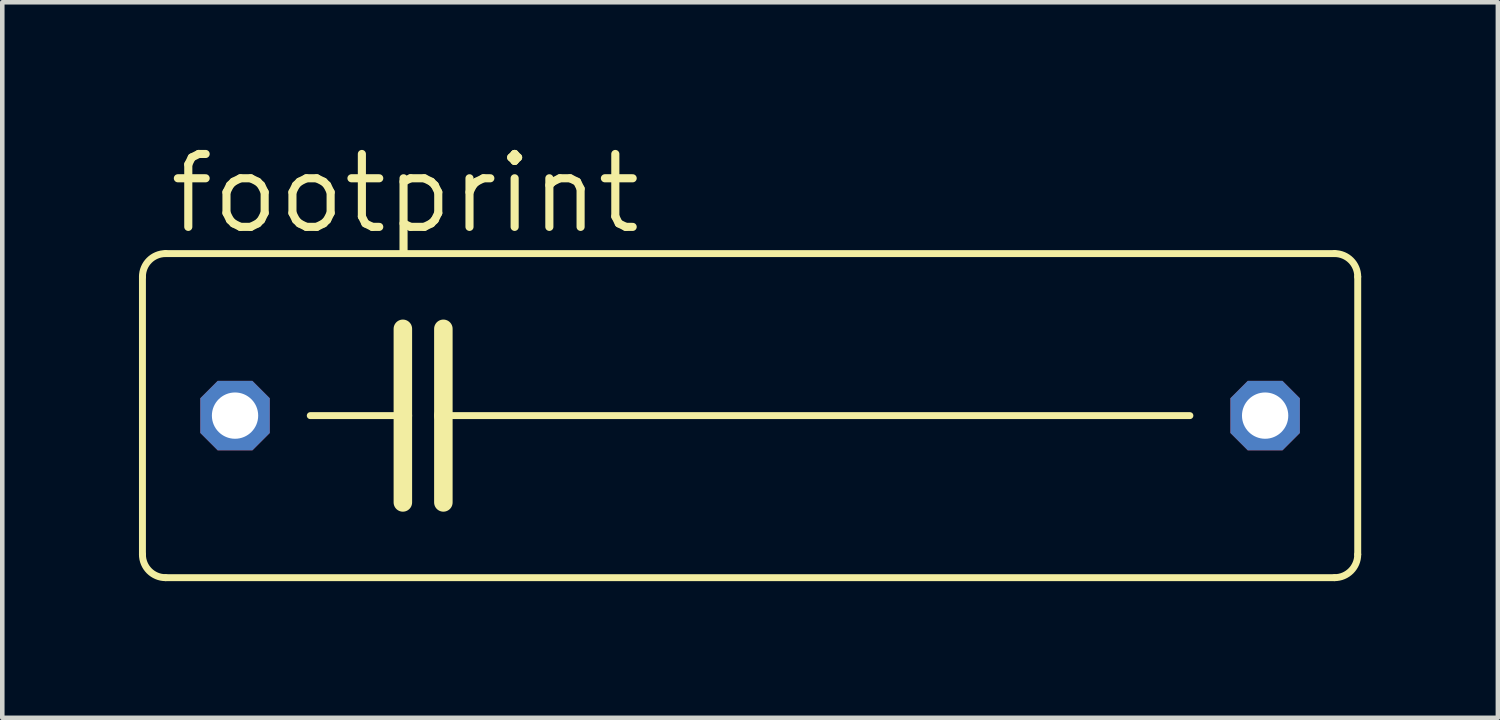
<source format=kicad_pcb>
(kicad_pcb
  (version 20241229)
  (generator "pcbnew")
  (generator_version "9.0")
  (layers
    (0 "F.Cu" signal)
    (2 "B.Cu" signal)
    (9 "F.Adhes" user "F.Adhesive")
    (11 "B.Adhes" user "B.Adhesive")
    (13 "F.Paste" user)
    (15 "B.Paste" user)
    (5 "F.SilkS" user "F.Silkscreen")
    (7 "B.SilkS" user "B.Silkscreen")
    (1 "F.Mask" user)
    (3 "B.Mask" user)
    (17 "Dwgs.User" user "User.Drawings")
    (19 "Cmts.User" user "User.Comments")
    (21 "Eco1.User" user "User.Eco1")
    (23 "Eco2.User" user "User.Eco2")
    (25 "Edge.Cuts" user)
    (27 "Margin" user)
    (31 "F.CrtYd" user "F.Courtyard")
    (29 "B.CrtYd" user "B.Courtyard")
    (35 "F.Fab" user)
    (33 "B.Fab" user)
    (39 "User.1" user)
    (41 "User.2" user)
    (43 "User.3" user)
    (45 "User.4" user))
  (footprint "footprint"
    (layer "F.Cu")
    (at 13.411 6.071)
    (property "Reference" "footprint" (at -12.827 -3.937 0) (layer "F.SilkS") (effects (font (size 1.6 1.6) (thickness 0.178)) (justify left bottom)))
    (fp_line (start -13.335 3.048) (end -13.335 -3.048) (stroke (width 0.152) (type solid)) (layer "F.SilkS"))
    (fp_line (start -12.827 -3.556) (end 12.827 -3.556) (stroke (width 0.152) (type solid)) (layer "F.SilkS"))
    (fp_line (start -9.652 0) (end -7.62 0) (stroke (width 0.152) (type solid)) (layer "F.SilkS"))
    (fp_line (start -7.62 -1.905) (end -7.62 0) (stroke (width 0.406) (type solid)) (layer "F.SilkS"))
    (fp_line (start -7.62 0) (end -7.62 1.905) (stroke (width 0.406) (type solid)) (layer "F.SilkS"))
    (fp_line (start -6.731 -1.905) (end -6.731 0) (stroke (width 0.406) (type solid)) (layer "F.SilkS"))
    (fp_line (start -6.731 0) (end -6.731 1.905) (stroke (width 0.406) (type solid)) (layer "F.SilkS"))
    (fp_line (start -6.731 0) (end 9.652 0) (stroke (width 0.152) (type solid)) (layer "F.SilkS"))
    (fp_line (start 12.827 3.556) (end -12.827 3.556) (stroke (width 0.152) (type solid)) (layer "F.SilkS"))
    (fp_line (start 13.335 -3.048) (end 13.335 3.048) (stroke (width 0.152) (type solid)) (layer "F.SilkS"))
    (fp_arc (start -13.335 -3.048) (mid -13.18621 -3.40721) (end -12.827 -3.556) (stroke (width 0.1524) (type solid)) (layer "F.SilkS"))
    (fp_arc (start -12.827 3.556) (mid -13.18621 3.40721) (end -13.335 3.048) (stroke (width 0.1524) (type solid)) (layer "F.SilkS"))
    (fp_arc (start 12.827 -3.556) (mid 13.18621 -3.40721) (end 13.335 -3.048) (stroke (width 0.1524) (type solid)) (layer "F.SilkS"))
    (fp_arc (start 13.335 3.048) (mid 13.18621 3.40721) (end 12.827 3.556) (stroke (width 0.1524) (type solid)) (layer "F.SilkS"))
    (pad "1" thru_hole roundrect (at -11.303 0) (size 1.524 1.524) (drill 1.016) (layers "*.Cu" "*.Mask") (roundrect_rratio 0.25) (chamfer_ratio 0.25) (chamfer top_left top_right bottom_left bottom_right))
    (pad "2" thru_hole roundrect (at 11.303 0) (size 1.524 1.524) (drill 1.016) (layers "*.Cu" "*.Mask") (roundrect_rratio 0.25) (chamfer_ratio 0.25) (chamfer top_left top_right bottom_left bottom_right)))
  (gr_rect
    (start -3 -3)
    (end 29.822 12.703)
    (stroke (width 0.1) (type default))
    (fill no)
    (layer "Edge.Cuts")))
</source>
